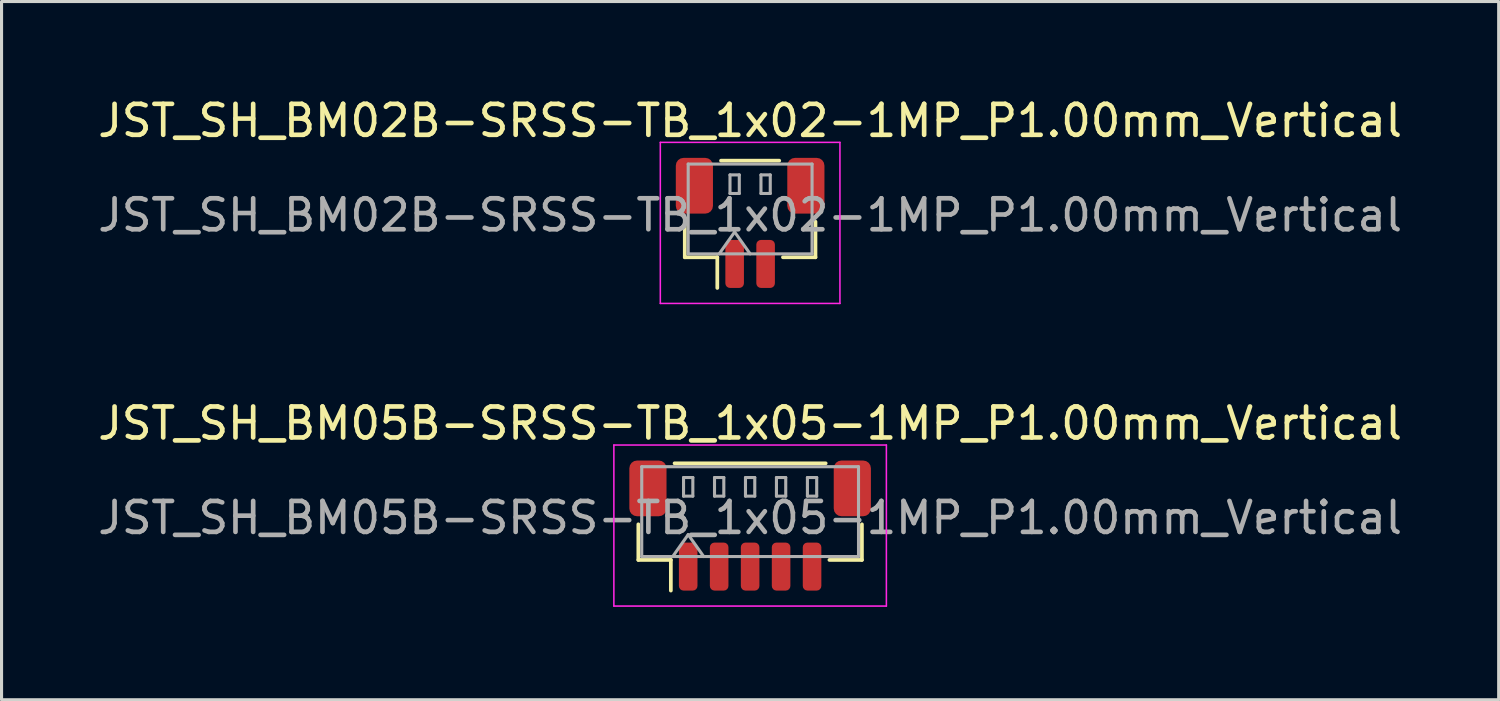
<source format=kicad_pcb>
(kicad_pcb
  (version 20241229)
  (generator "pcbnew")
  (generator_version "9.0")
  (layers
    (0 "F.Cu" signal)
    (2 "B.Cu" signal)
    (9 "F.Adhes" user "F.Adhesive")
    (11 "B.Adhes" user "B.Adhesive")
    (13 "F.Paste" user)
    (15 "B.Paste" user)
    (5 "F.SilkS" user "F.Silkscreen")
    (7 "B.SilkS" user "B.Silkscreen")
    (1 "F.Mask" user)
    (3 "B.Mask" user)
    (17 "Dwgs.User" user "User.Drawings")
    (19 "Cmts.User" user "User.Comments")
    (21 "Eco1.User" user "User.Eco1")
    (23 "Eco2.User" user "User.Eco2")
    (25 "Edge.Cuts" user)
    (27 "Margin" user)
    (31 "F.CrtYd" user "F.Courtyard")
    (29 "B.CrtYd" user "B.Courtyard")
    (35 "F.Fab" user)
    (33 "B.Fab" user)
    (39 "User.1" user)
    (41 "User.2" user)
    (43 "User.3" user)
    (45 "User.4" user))
  (footprint "JST_SH_BM05B-SRSS-TB_1x05-1MP_P1.00mm_Vertical"
    (layer "F.Cu")
    (at 21.173 13.921)
    (property "Reference" "JST_SH_BM05B-SRSS-TB_1x05-1MP_P1.00mm_Vertical" (at 0 -3.3 0) (layer "F.SilkS") (effects (font (size 1 1) (thickness 0.15))))
    (attr smd)
    (fp_line (start -3.61 -0.04) (end -3.61 1.11) (stroke (width 0.12) (type solid)) (layer "F.SilkS"))
    (fp_line (start -3.61 1.11) (end -2.56 1.11) (stroke (width 0.12) (type solid)) (layer "F.SilkS"))
    (fp_line (start -2.56 1.11) (end -2.56 2.1) (stroke (width 0.12) (type solid)) (layer "F.SilkS"))
    (fp_line (start -2.44 -2.01) (end 2.44 -2.01) (stroke (width 0.12) (type solid)) (layer "F.SilkS"))
    (fp_line (start 3.61 -0.04) (end 3.61 1.11) (stroke (width 0.12) (type solid)) (layer "F.SilkS"))
    (fp_line (start 3.61 1.11) (end 2.56 1.11) (stroke (width 0.12) (type solid)) (layer "F.SilkS"))
    (fp_line (start -4.4 -2.6) (end -4.4 2.6) (stroke (width 0.05) (type solid)) (layer "F.CrtYd"))
    (fp_line (start -4.4 2.6) (end 4.4 2.6) (stroke (width 0.05) (type solid)) (layer "F.CrtYd"))
    (fp_line (start 4.4 -2.6) (end -4.4 -2.6) (stroke (width 0.05) (type solid)) (layer "F.CrtYd"))
    (fp_line (start 4.4 2.6) (end 4.4 -2.6) (stroke (width 0.05) (type solid)) (layer "F.CrtYd"))
    (fp_line (start -3.5 -1.9) (end 3.5 -1.9) (stroke (width 0.1) (type solid)) (layer "F.Fab"))
    (fp_line (start -3.5 1) (end -3.5 -1.9) (stroke (width 0.1) (type solid)) (layer "F.Fab"))
    (fp_line (start -3.5 1) (end 3.5 1) (stroke (width 0.1) (type solid)) (layer "F.Fab"))
    (fp_line (start -2.5 1) (end -2 0.293) (stroke (width 0.1) (type solid)) (layer "F.Fab"))
    (fp_line (start -2.15 -1.55) (end -2.15 -0.95) (stroke (width 0.1) (type solid)) (layer "F.Fab"))
    (fp_line (start -2.15 -0.95) (end -1.85 -0.95) (stroke (width 0.1) (type solid)) (layer "F.Fab"))
    (fp_line (start -2 0.293) (end -1.5 1) (stroke (width 0.1) (type solid)) (layer "F.Fab"))
    (fp_line (start -1.85 -1.55) (end -2.15 -1.55) (stroke (width 0.1) (type solid)) (layer "F.Fab"))
    (fp_line (start -1.85 -0.95) (end -1.85 -1.55) (stroke (width 0.1) (type solid)) (layer "F.Fab"))
    (fp_line (start -1.15 -1.55) (end -1.15 -0.95) (stroke (width 0.1) (type solid)) (layer "F.Fab"))
    (fp_line (start -1.15 -0.95) (end -0.85 -0.95) (stroke (width 0.1) (type solid)) (layer "F.Fab"))
    (fp_line (start -0.85 -1.55) (end -1.15 -1.55) (stroke (width 0.1) (type solid)) (layer "F.Fab"))
    (fp_line (start -0.85 -0.95) (end -0.85 -1.55) (stroke (width 0.1) (type solid)) (layer "F.Fab"))
    (fp_line (start -0.15 -1.55) (end -0.15 -0.95) (stroke (width 0.1) (type solid)) (layer "F.Fab"))
    (fp_line (start -0.15 -0.95) (end 0.15 -0.95) (stroke (width 0.1) (type solid)) (layer "F.Fab"))
    (fp_line (start 0.15 -1.55) (end -0.15 -1.55) (stroke (width 0.1) (type solid)) (layer "F.Fab"))
    (fp_line (start 0.15 -0.95) (end 0.15 -1.55) (stroke (width 0.1) (type solid)) (layer "F.Fab"))
    (fp_line (start 0.85 -1.55) (end 0.85 -0.95) (stroke (width 0.1) (type solid)) (layer "F.Fab"))
    (fp_line (start 0.85 -0.95) (end 1.15 -0.95) (stroke (width 0.1) (type solid)) (layer "F.Fab"))
    (fp_line (start 1.15 -1.55) (end 0.85 -1.55) (stroke (width 0.1) (type solid)) (layer "F.Fab"))
    (fp_line (start 1.15 -0.95) (end 1.15 -1.55) (stroke (width 0.1) (type solid)) (layer "F.Fab"))
    (fp_line (start 1.85 -1.55) (end 1.85 -0.95) (stroke (width 0.1) (type solid)) (layer "F.Fab"))
    (fp_line (start 1.85 -0.95) (end 2.15 -0.95) (stroke (width 0.1) (type solid)) (layer "F.Fab"))
    (fp_line (start 2.15 -1.55) (end 1.85 -1.55) (stroke (width 0.1) (type solid)) (layer "F.Fab"))
    (fp_line (start 2.15 -0.95) (end 2.15 -1.55) (stroke (width 0.1) (type solid)) (layer "F.Fab"))
    (fp_line (start 3.5 1) (end 3.5 -1.9) (stroke (width 0.1) (type solid)) (layer "F.Fab"))
    (fp_text user "${REFERENCE}" (at 0 -0.25 0) (layer "F.Fab") (effects (font (size 1 1) (thickness 0.15))))
    (pad "1" smd roundrect (at -2 1.325) (size 0.6 1.55) (layers "F.Cu" "F.Mask" "F.Paste") (roundrect_rratio 0.25))
    (pad "2" smd roundrect (at -1 1.325) (size 0.6 1.55) (layers "F.Cu" "F.Mask" "F.Paste") (roundrect_rratio 0.25))
    (pad "3" smd roundrect (at 0 1.325) (size 0.6 1.55) (layers "F.Cu" "F.Mask" "F.Paste") (roundrect_rratio 0.25))
    (pad "4" smd roundrect (at 1 1.325) (size 0.6 1.55) (layers "F.Cu" "F.Mask" "F.Paste") (roundrect_rratio 0.25))
    (pad "5" smd roundrect (at 2 1.325) (size 0.6 1.55) (layers "F.Cu" "F.Mask" "F.Paste") (roundrect_rratio 0.25))
    (pad "MP" smd roundrect (at -3.3 -1.2) (size 1.2 1.8) (layers "F.Cu" "F.Mask" "F.Paste") (roundrect_rratio 0.208))
    (pad "MP" smd roundrect (at 3.3 -1.2) (size 1.2 1.8) (layers "F.Cu" "F.Mask" "F.Paste") (roundrect_rratio 0.208)))
  (footprint "JST_SH_BM02B-SRSS-TB_1x02-1MP_P1.00mm_Vertical"
    (layer "F.Cu")
    (at 21.173 4.148)
    (property "Reference" "JST_SH_BM02B-SRSS-TB_1x02-1MP_P1.00mm_Vertical" (at 0 -3.3 0) (layer "F.SilkS") (effects (font (size 1 1) (thickness 0.15))))
    (attr smd)
    (fp_line (start -2.11 -0.04) (end -2.11 1.11) (stroke (width 0.12) (type solid)) (layer "F.SilkS"))
    (fp_line (start -2.11 1.11) (end -1.06 1.11) (stroke (width 0.12) (type solid)) (layer "F.SilkS"))
    (fp_line (start -1.06 1.11) (end -1.06 2.1) (stroke (width 0.12) (type solid)) (layer "F.SilkS"))
    (fp_line (start -0.94 -2.01) (end 0.94 -2.01) (stroke (width 0.12) (type solid)) (layer "F.SilkS"))
    (fp_line (start 2.11 -0.04) (end 2.11 1.11) (stroke (width 0.12) (type solid)) (layer "F.SilkS"))
    (fp_line (start 2.11 1.11) (end 1.06 1.11) (stroke (width 0.12) (type solid)) (layer "F.SilkS"))
    (fp_line (start -2.9 -2.6) (end -2.9 2.6) (stroke (width 0.05) (type solid)) (layer "F.CrtYd"))
    (fp_line (start -2.9 2.6) (end 2.9 2.6) (stroke (width 0.05) (type solid)) (layer "F.CrtYd"))
    (fp_line (start 2.9 -2.6) (end -2.9 -2.6) (stroke (width 0.05) (type solid)) (layer "F.CrtYd"))
    (fp_line (start 2.9 2.6) (end 2.9 -2.6) (stroke (width 0.05) (type solid)) (layer "F.CrtYd"))
    (fp_line (start -2 -1.9) (end 2 -1.9) (stroke (width 0.1) (type solid)) (layer "F.Fab"))
    (fp_line (start -2 1) (end -2 -1.9) (stroke (width 0.1) (type solid)) (layer "F.Fab"))
    (fp_line (start -2 1) (end 2 1) (stroke (width 0.1) (type solid)) (layer "F.Fab"))
    (fp_line (start -1 1) (end -0.5 0.293) (stroke (width 0.1) (type solid)) (layer "F.Fab"))
    (fp_line (start -0.65 -1.55) (end -0.65 -0.95) (stroke (width 0.1) (type solid)) (layer "F.Fab"))
    (fp_line (start -0.65 -0.95) (end -0.35 -0.95) (stroke (width 0.1) (type solid)) (layer "F.Fab"))
    (fp_line (start -0.5 0.293) (end 0 1) (stroke (width 0.1) (type solid)) (layer "F.Fab"))
    (fp_line (start -0.35 -1.55) (end -0.65 -1.55) (stroke (width 0.1) (type solid)) (layer "F.Fab"))
    (fp_line (start -0.35 -0.95) (end -0.35 -1.55) (stroke (width 0.1) (type solid)) (layer "F.Fab"))
    (fp_line (start 0.35 -1.55) (end 0.35 -0.95) (stroke (width 0.1) (type solid)) (layer "F.Fab"))
    (fp_line (start 0.35 -0.95) (end 0.65 -0.95) (stroke (width 0.1) (type solid)) (layer "F.Fab"))
    (fp_line (start 0.65 -1.55) (end 0.35 -1.55) (stroke (width 0.1) (type solid)) (layer "F.Fab"))
    (fp_line (start 0.65 -0.95) (end 0.65 -1.55) (stroke (width 0.1) (type solid)) (layer "F.Fab"))
    (fp_line (start 2 1) (end 2 -1.9) (stroke (width 0.1) (type solid)) (layer "F.Fab"))
    (fp_text user "${REFERENCE}" (at 0 -0.25 0) (layer "F.Fab") (effects (font (size 1 1) (thickness 0.15))))
    (pad "1" smd roundrect (at -0.5 1.325) (size 0.6 1.55) (layers "F.Cu" "F.Mask" "F.Paste") (roundrect_rratio 0.25))
    (pad "2" smd roundrect (at 0.5 1.325) (size 0.6 1.55) (layers "F.Cu" "F.Mask" "F.Paste") (roundrect_rratio 0.25))
    (pad "MP" smd roundrect (at -1.8 -1.2) (size 1.2 1.8) (layers "F.Cu" "F.Mask" "F.Paste") (roundrect_rratio 0.208))
    (pad "MP" smd roundrect (at 1.8 -1.2) (size 1.2 1.8) (layers "F.Cu" "F.Mask" "F.Paste") (roundrect_rratio 0.208)))
  (gr_rect
    (start -3 -3)
    (end 45.345 19.547)
    (stroke (width 0.1) (type default))
    (fill no)
    (layer "Edge.Cuts")))
</source>
